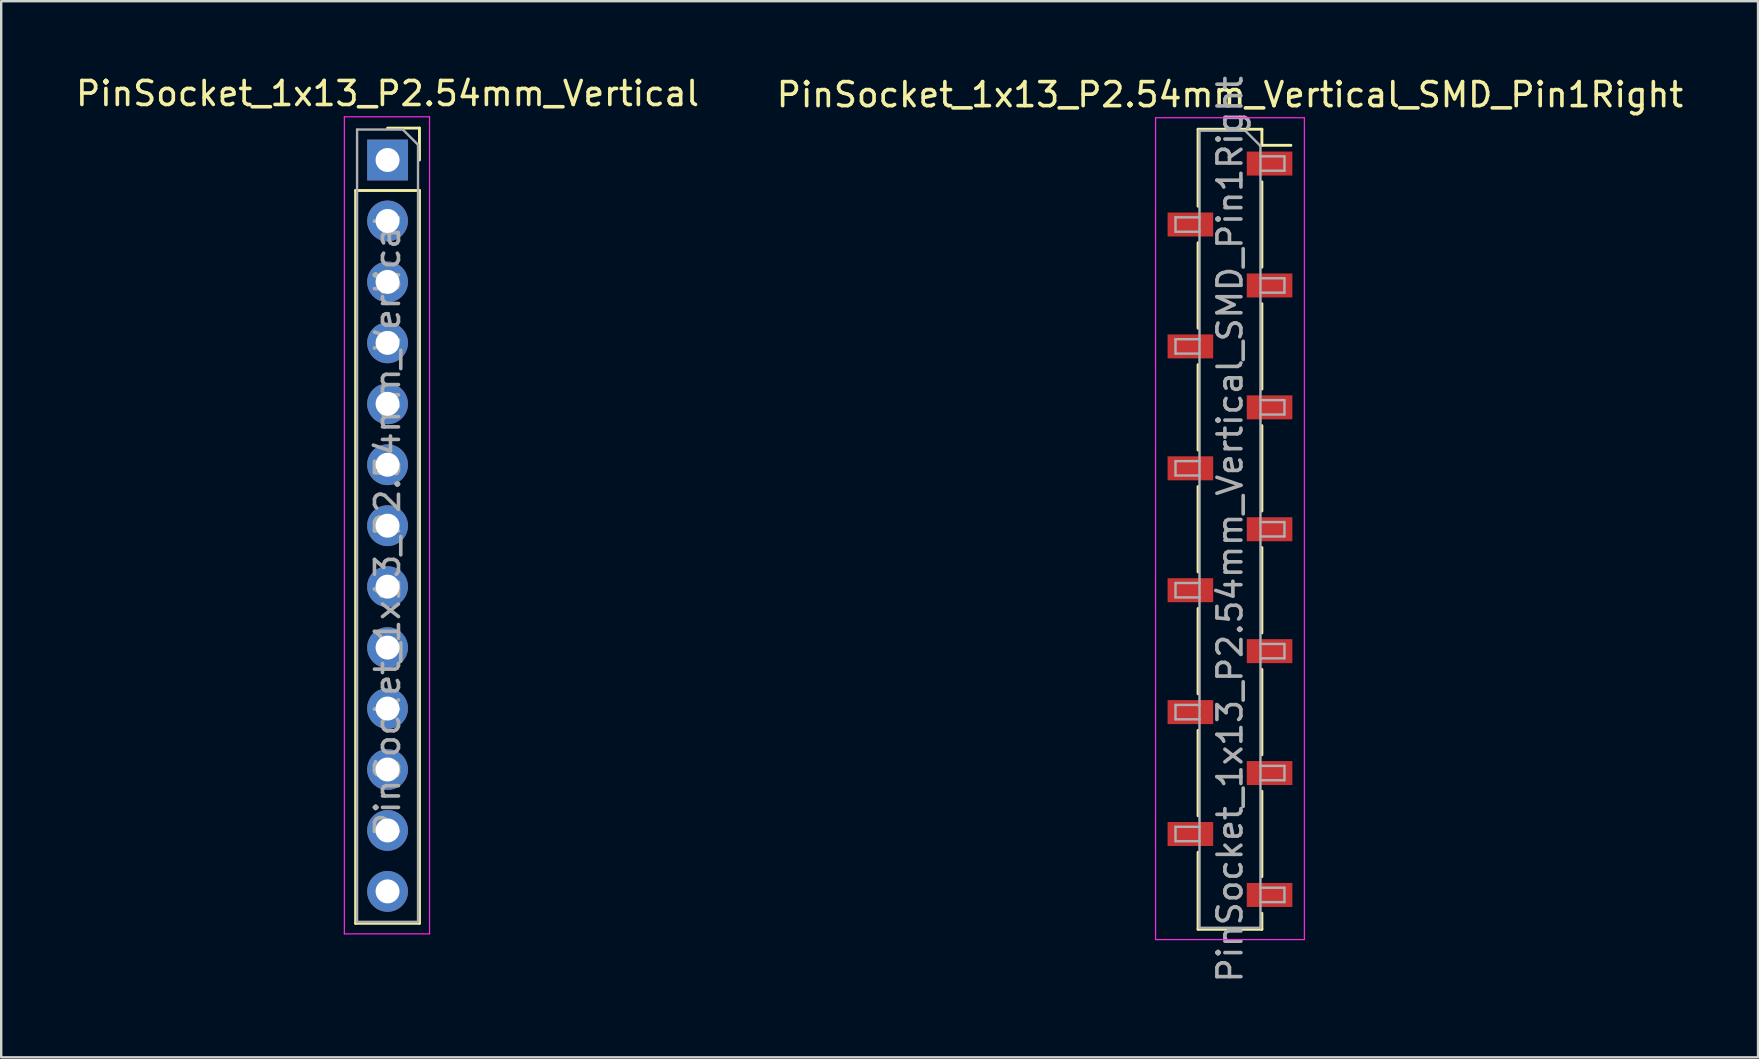
<source format=kicad_pcb>
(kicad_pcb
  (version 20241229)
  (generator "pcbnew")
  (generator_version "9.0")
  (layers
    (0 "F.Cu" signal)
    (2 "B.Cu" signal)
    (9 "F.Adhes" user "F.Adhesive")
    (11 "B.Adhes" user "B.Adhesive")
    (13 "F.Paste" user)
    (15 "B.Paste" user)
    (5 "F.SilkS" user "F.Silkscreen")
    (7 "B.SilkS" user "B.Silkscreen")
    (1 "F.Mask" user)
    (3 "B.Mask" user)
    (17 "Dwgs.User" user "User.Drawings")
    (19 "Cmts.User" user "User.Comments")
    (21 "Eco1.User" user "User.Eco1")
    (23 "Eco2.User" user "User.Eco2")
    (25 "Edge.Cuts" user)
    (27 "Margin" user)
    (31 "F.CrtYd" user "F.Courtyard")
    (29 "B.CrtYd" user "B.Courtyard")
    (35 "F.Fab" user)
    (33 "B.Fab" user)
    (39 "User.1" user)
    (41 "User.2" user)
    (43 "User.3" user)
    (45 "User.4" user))
  (footprint "PinSocket_1x13_P2.54mm_Vertical_SMD_Pin1Right"
    (layer "F.Cu")
    (at 48.208 19.006)
    (property "Reference" "PinSocket_1x13_P2.54mm_Vertical_SMD_Pin1Right" (at 0 -18.11 0) (layer "F.SilkS") (effects (font (size 1 1) (thickness 0.15))))
    (attr smd)
    (fp_line (start -1.33 -16.67) (end -1.33 -13.46) (stroke (width 0.12) (type solid)) (layer "F.SilkS"))
    (fp_line (start -1.33 -16.67) (end 1.33 -16.67) (stroke (width 0.12) (type solid)) (layer "F.SilkS"))
    (fp_line (start -1.33 -11.94) (end -1.33 -8.38) (stroke (width 0.12) (type solid)) (layer "F.SilkS"))
    (fp_line (start -1.33 -6.86) (end -1.33 -3.3) (stroke (width 0.12) (type solid)) (layer "F.SilkS"))
    (fp_line (start -1.33 -1.78) (end -1.33 1.78) (stroke (width 0.12) (type solid)) (layer "F.SilkS"))
    (fp_line (start -1.33 3.3) (end -1.33 6.86) (stroke (width 0.12) (type solid)) (layer "F.SilkS"))
    (fp_line (start -1.33 8.38) (end -1.33 11.94) (stroke (width 0.12) (type solid)) (layer "F.SilkS"))
    (fp_line (start -1.33 13.46) (end -1.33 16.67) (stroke (width 0.12) (type solid)) (layer "F.SilkS"))
    (fp_line (start -1.33 16.67) (end 1.33 16.67) (stroke (width 0.12) (type solid)) (layer "F.SilkS"))
    (fp_line (start 1.33 -16.67) (end 1.33 -16) (stroke (width 0.12) (type solid)) (layer "F.SilkS"))
    (fp_line (start 1.33 -16) (end 2.54 -16) (stroke (width 0.12) (type solid)) (layer "F.SilkS"))
    (fp_line (start 1.33 -14.48) (end 1.33 -10.92) (stroke (width 0.12) (type solid)) (layer "F.SilkS"))
    (fp_line (start 1.33 -9.4) (end 1.33 -5.84) (stroke (width 0.12) (type solid)) (layer "F.SilkS"))
    (fp_line (start 1.33 -4.32) (end 1.33 -0.76) (stroke (width 0.12) (type solid)) (layer "F.SilkS"))
    (fp_line (start 1.33 0.76) (end 1.33 4.32) (stroke (width 0.12) (type solid)) (layer "F.SilkS"))
    (fp_line (start 1.33 5.84) (end 1.33 9.4) (stroke (width 0.12) (type solid)) (layer "F.SilkS"))
    (fp_line (start 1.33 10.92) (end 1.33 14.48) (stroke (width 0.12) (type solid)) (layer "F.SilkS"))
    (fp_line (start 1.33 16) (end 1.33 16.67) (stroke (width 0.12) (type solid)) (layer "F.SilkS"))
    (fp_line (start -3.1 -17.15) (end 3.1 -17.15) (stroke (width 0.05) (type solid)) (layer "F.CrtYd"))
    (fp_line (start -3.1 17.1) (end -3.1 -17.15) (stroke (width 0.05) (type solid)) (layer "F.CrtYd"))
    (fp_line (start 3.1 -17.15) (end 3.1 17.1) (stroke (width 0.05) (type solid)) (layer "F.CrtYd"))
    (fp_line (start 3.1 17.1) (end -3.1 17.1) (stroke (width 0.05) (type solid)) (layer "F.CrtYd"))
    (fp_line (start -2.27 -13) (end -1.27 -13) (stroke (width 0.1) (type solid)) (layer "F.Fab"))
    (fp_line (start -2.27 -12.4) (end -2.27 -13) (stroke (width 0.1) (type solid)) (layer "F.Fab"))
    (fp_line (start -2.27 -7.92) (end -1.27 -7.92) (stroke (width 0.1) (type solid)) (layer "F.Fab"))
    (fp_line (start -2.27 -7.32) (end -2.27 -7.92) (stroke (width 0.1) (type solid)) (layer "F.Fab"))
    (fp_line (start -2.27 -2.84) (end -1.27 -2.84) (stroke (width 0.1) (type solid)) (layer "F.Fab"))
    (fp_line (start -2.27 -2.24) (end -2.27 -2.84) (stroke (width 0.1) (type solid)) (layer "F.Fab"))
    (fp_line (start -2.27 2.24) (end -1.27 2.24) (stroke (width 0.1) (type solid)) (layer "F.Fab"))
    (fp_line (start -2.27 2.84) (end -2.27 2.24) (stroke (width 0.1) (type solid)) (layer "F.Fab"))
    (fp_line (start -2.27 7.32) (end -1.27 7.32) (stroke (width 0.1) (type solid)) (layer "F.Fab"))
    (fp_line (start -2.27 7.92) (end -2.27 7.32) (stroke (width 0.1) (type solid)) (layer "F.Fab"))
    (fp_line (start -2.27 12.4) (end -1.27 12.4) (stroke (width 0.1) (type solid)) (layer "F.Fab"))
    (fp_line (start -2.27 13) (end -2.27 12.4) (stroke (width 0.1) (type solid)) (layer "F.Fab"))
    (fp_line (start -1.27 -16.61) (end 0.635 -16.61) (stroke (width 0.1) (type solid)) (layer "F.Fab"))
    (fp_line (start -1.27 -12.4) (end -2.27 -12.4) (stroke (width 0.1) (type solid)) (layer "F.Fab"))
    (fp_line (start -1.27 -7.32) (end -2.27 -7.32) (stroke (width 0.1) (type solid)) (layer "F.Fab"))
    (fp_line (start -1.27 -2.24) (end -2.27 -2.24) (stroke (width 0.1) (type solid)) (layer "F.Fab"))
    (fp_line (start -1.27 2.84) (end -2.27 2.84) (stroke (width 0.1) (type solid)) (layer "F.Fab"))
    (fp_line (start -1.27 7.92) (end -2.27 7.92) (stroke (width 0.1) (type solid)) (layer "F.Fab"))
    (fp_line (start -1.27 13) (end -2.27 13) (stroke (width 0.1) (type solid)) (layer "F.Fab"))
    (fp_line (start -1.27 16.61) (end -1.27 -16.61) (stroke (width 0.1) (type solid)) (layer "F.Fab"))
    (fp_line (start 0.635 -16.61) (end 1.27 -15.975) (stroke (width 0.1) (type solid)) (layer "F.Fab"))
    (fp_line (start 1.27 -15.975) (end 1.27 16.61) (stroke (width 0.1) (type solid)) (layer "F.Fab"))
    (fp_line (start 1.27 -15.54) (end 2.27 -15.54) (stroke (width 0.1) (type solid)) (layer "F.Fab"))
    (fp_line (start 1.27 -10.46) (end 2.27 -10.46) (stroke (width 0.1) (type solid)) (layer "F.Fab"))
    (fp_line (start 1.27 -5.38) (end 2.27 -5.38) (stroke (width 0.1) (type solid)) (layer "F.Fab"))
    (fp_line (start 1.27 -0.3) (end 2.27 -0.3) (stroke (width 0.1) (type solid)) (layer "F.Fab"))
    (fp_line (start 1.27 4.78) (end 2.27 4.78) (stroke (width 0.1) (type solid)) (layer "F.Fab"))
    (fp_line (start 1.27 9.86) (end 2.27 9.86) (stroke (width 0.1) (type solid)) (layer "F.Fab"))
    (fp_line (start 1.27 14.94) (end 2.27 14.94) (stroke (width 0.1) (type solid)) (layer "F.Fab"))
    (fp_line (start 1.27 16.61) (end -1.27 16.61) (stroke (width 0.1) (type solid)) (layer "F.Fab"))
    (fp_line (start 2.27 -15.54) (end 2.27 -14.94) (stroke (width 0.1) (type solid)) (layer "F.Fab"))
    (fp_line (start 2.27 -14.94) (end 1.27 -14.94) (stroke (width 0.1) (type solid)) (layer "F.Fab"))
    (fp_line (start 2.27 -10.46) (end 2.27 -9.86) (stroke (width 0.1) (type solid)) (layer "F.Fab"))
    (fp_line (start 2.27 -9.86) (end 1.27 -9.86) (stroke (width 0.1) (type solid)) (layer "F.Fab"))
    (fp_line (start 2.27 -5.38) (end 2.27 -4.78) (stroke (width 0.1) (type solid)) (layer "F.Fab"))
    (fp_line (start 2.27 -4.78) (end 1.27 -4.78) (stroke (width 0.1) (type solid)) (layer "F.Fab"))
    (fp_line (start 2.27 -0.3) (end 2.27 0.3) (stroke (width 0.1) (type solid)) (layer "F.Fab"))
    (fp_line (start 2.27 0.3) (end 1.27 0.3) (stroke (width 0.1) (type solid)) (layer "F.Fab"))
    (fp_line (start 2.27 4.78) (end 2.27 5.38) (stroke (width 0.1) (type solid)) (layer "F.Fab"))
    (fp_line (start 2.27 5.38) (end 1.27 5.38) (stroke (width 0.1) (type solid)) (layer "F.Fab"))
    (fp_line (start 2.27 9.86) (end 2.27 10.46) (stroke (width 0.1) (type solid)) (layer "F.Fab"))
    (fp_line (start 2.27 10.46) (end 1.27 10.46) (stroke (width 0.1) (type solid)) (layer "F.Fab"))
    (fp_line (start 2.27 14.94) (end 2.27 15.54) (stroke (width 0.1) (type solid)) (layer "F.Fab"))
    (fp_line (start 2.27 15.54) (end 1.27 15.54) (stroke (width 0.1) (type solid)) (layer "F.Fab"))
    (fp_text user "${REFERENCE}" (at 0 0 90) (layer "F.Fab") (effects (font (size 1 1) (thickness 0.15))))
    (pad "1" smd rect (at 1.65 -15.24) (size 1.9 1) (layers "F.Cu" "F.Mask" "F.Paste"))
    (pad "2" smd rect (at -1.65 -12.7) (size 1.9 1) (layers "F.Cu" "F.Mask" "F.Paste"))
    (pad "3" smd rect (at 1.65 -10.16) (size 1.9 1) (layers "F.Cu" "F.Mask" "F.Paste"))
    (pad "4" smd rect (at -1.65 -7.62) (size 1.9 1) (layers "F.Cu" "F.Mask" "F.Paste"))
    (pad "5" smd rect (at 1.65 -5.08) (size 1.9 1) (layers "F.Cu" "F.Mask" "F.Paste"))
    (pad "6" smd rect (at -1.65 -2.54) (size 1.9 1) (layers "F.Cu" "F.Mask" "F.Paste"))
    (pad "7" smd rect (at 1.65 0) (size 1.9 1) (layers "F.Cu" "F.Mask" "F.Paste"))
    (pad "8" smd rect (at -1.65 2.54) (size 1.9 1) (layers "F.Cu" "F.Mask" "F.Paste"))
    (pad "9" smd rect (at 1.65 5.08) (size 1.9 1) (layers "F.Cu" "F.Mask" "F.Paste"))
    (pad "10" smd rect (at -1.65 7.62) (size 1.9 1) (layers "F.Cu" "F.Mask" "F.Paste"))
    (pad "11" smd rect (at 1.65 10.16) (size 1.9 1) (layers "F.Cu" "F.Mask" "F.Paste"))
    (pad "12" smd rect (at -1.65 12.7) (size 1.9 1) (layers "F.Cu" "F.Mask" "F.Paste"))
    (pad "13" smd rect (at 1.65 15.24) (size 1.9 1) (layers "F.Cu" "F.Mask" "F.Paste")))
  (footprint "PinSocket_1x13_P2.54mm_Vertical"
    (layer "F.Cu")
    (at 13.101 3.618)
    (property "Reference" "PinSocket_1x13_P2.54mm_Vertical" (at 0 -2.77 0) (layer "F.SilkS") (effects (font (size 1 1) (thickness 0.15))))
    (attr through_hole)
    (fp_line (start -1.33 1.27) (end -1.33 31.81) (stroke (width 0.12) (type solid)) (layer "F.SilkS"))
    (fp_line (start -1.33 1.27) (end 1.33 1.27) (stroke (width 0.12) (type solid)) (layer "F.SilkS"))
    (fp_line (start -1.33 31.81) (end 1.33 31.81) (stroke (width 0.12) (type solid)) (layer "F.SilkS"))
    (fp_line (start 0 -1.33) (end 1.33 -1.33) (stroke (width 0.12) (type solid)) (layer "F.SilkS"))
    (fp_line (start 1.33 -1.33) (end 1.33 0) (stroke (width 0.12) (type solid)) (layer "F.SilkS"))
    (fp_line (start 1.33 1.27) (end 1.33 31.81) (stroke (width 0.12) (type solid)) (layer "F.SilkS"))
    (fp_line (start -1.8 -1.8) (end 1.75 -1.8) (stroke (width 0.05) (type solid)) (layer "F.CrtYd"))
    (fp_line (start -1.8 32.25) (end -1.8 -1.8) (stroke (width 0.05) (type solid)) (layer "F.CrtYd"))
    (fp_line (start 1.75 -1.8) (end 1.75 32.25) (stroke (width 0.05) (type solid)) (layer "F.CrtYd"))
    (fp_line (start 1.75 32.25) (end -1.8 32.25) (stroke (width 0.05) (type solid)) (layer "F.CrtYd"))
    (fp_line (start -1.27 -1.27) (end 0.635 -1.27) (stroke (width 0.1) (type solid)) (layer "F.Fab"))
    (fp_line (start -1.27 31.75) (end -1.27 -1.27) (stroke (width 0.1) (type solid)) (layer "F.Fab"))
    (fp_line (start 0.635 -1.27) (end 1.27 -0.635) (stroke (width 0.1) (type solid)) (layer "F.Fab"))
    (fp_line (start 1.27 -0.635) (end 1.27 31.75) (stroke (width 0.1) (type solid)) (layer "F.Fab"))
    (fp_line (start 1.27 31.75) (end -1.27 31.75) (stroke (width 0.1) (type solid)) (layer "F.Fab"))
    (fp_text user "${REFERENCE}" (at 0 15.24 90) (layer "F.Fab") (effects (font (size 1 1) (thickness 0.15))))
    (pad "1" thru_hole rect (at 0 0) (size 1.7 1.7) (drill 1) (layers "*.Cu" "*.Mask"))
    (pad "2" thru_hole oval (at 0 2.54) (size 1.7 1.7) (drill 1) (layers "*.Cu" "*.Mask"))
    (pad "3" thru_hole oval (at 0 5.08) (size 1.7 1.7) (drill 1) (layers "*.Cu" "*.Mask"))
    (pad "4" thru_hole oval (at 0 7.62) (size 1.7 1.7) (drill 1) (layers "*.Cu" "*.Mask"))
    (pad "5" thru_hole oval (at 0 10.16) (size 1.7 1.7) (drill 1) (layers "*.Cu" "*.Mask"))
    (pad "6" thru_hole oval (at 0 12.7) (size 1.7 1.7) (drill 1) (layers "*.Cu" "*.Mask"))
    (pad "7" thru_hole oval (at 0 15.24) (size 1.7 1.7) (drill 1) (layers "*.Cu" "*.Mask"))
    (pad "8" thru_hole oval (at 0 17.78) (size 1.7 1.7) (drill 1) (layers "*.Cu" "*.Mask"))
    (pad "9" thru_hole oval (at 0 20.32) (size 1.7 1.7) (drill 1) (layers "*.Cu" "*.Mask"))
    (pad "10" thru_hole oval (at 0 22.86) (size 1.7 1.7) (drill 1) (layers "*.Cu" "*.Mask"))
    (pad "11" thru_hole oval (at 0 25.4) (size 1.7 1.7) (drill 1) (layers "*.Cu" "*.Mask"))
    (pad "12" thru_hole oval (at 0 27.94) (size 1.7 1.7) (drill 1) (layers "*.Cu" "*.Mask"))
    (pad "13" thru_hole oval (at 0 30.48) (size 1.7 1.7) (drill 1) (layers "*.Cu" "*.Mask")))
  (gr_rect
    (start -3 -3)
    (end 70.214 41.012)
    (stroke (width 0.1) (type default))
    (fill no)
    (layer "Edge.Cuts")))
</source>
